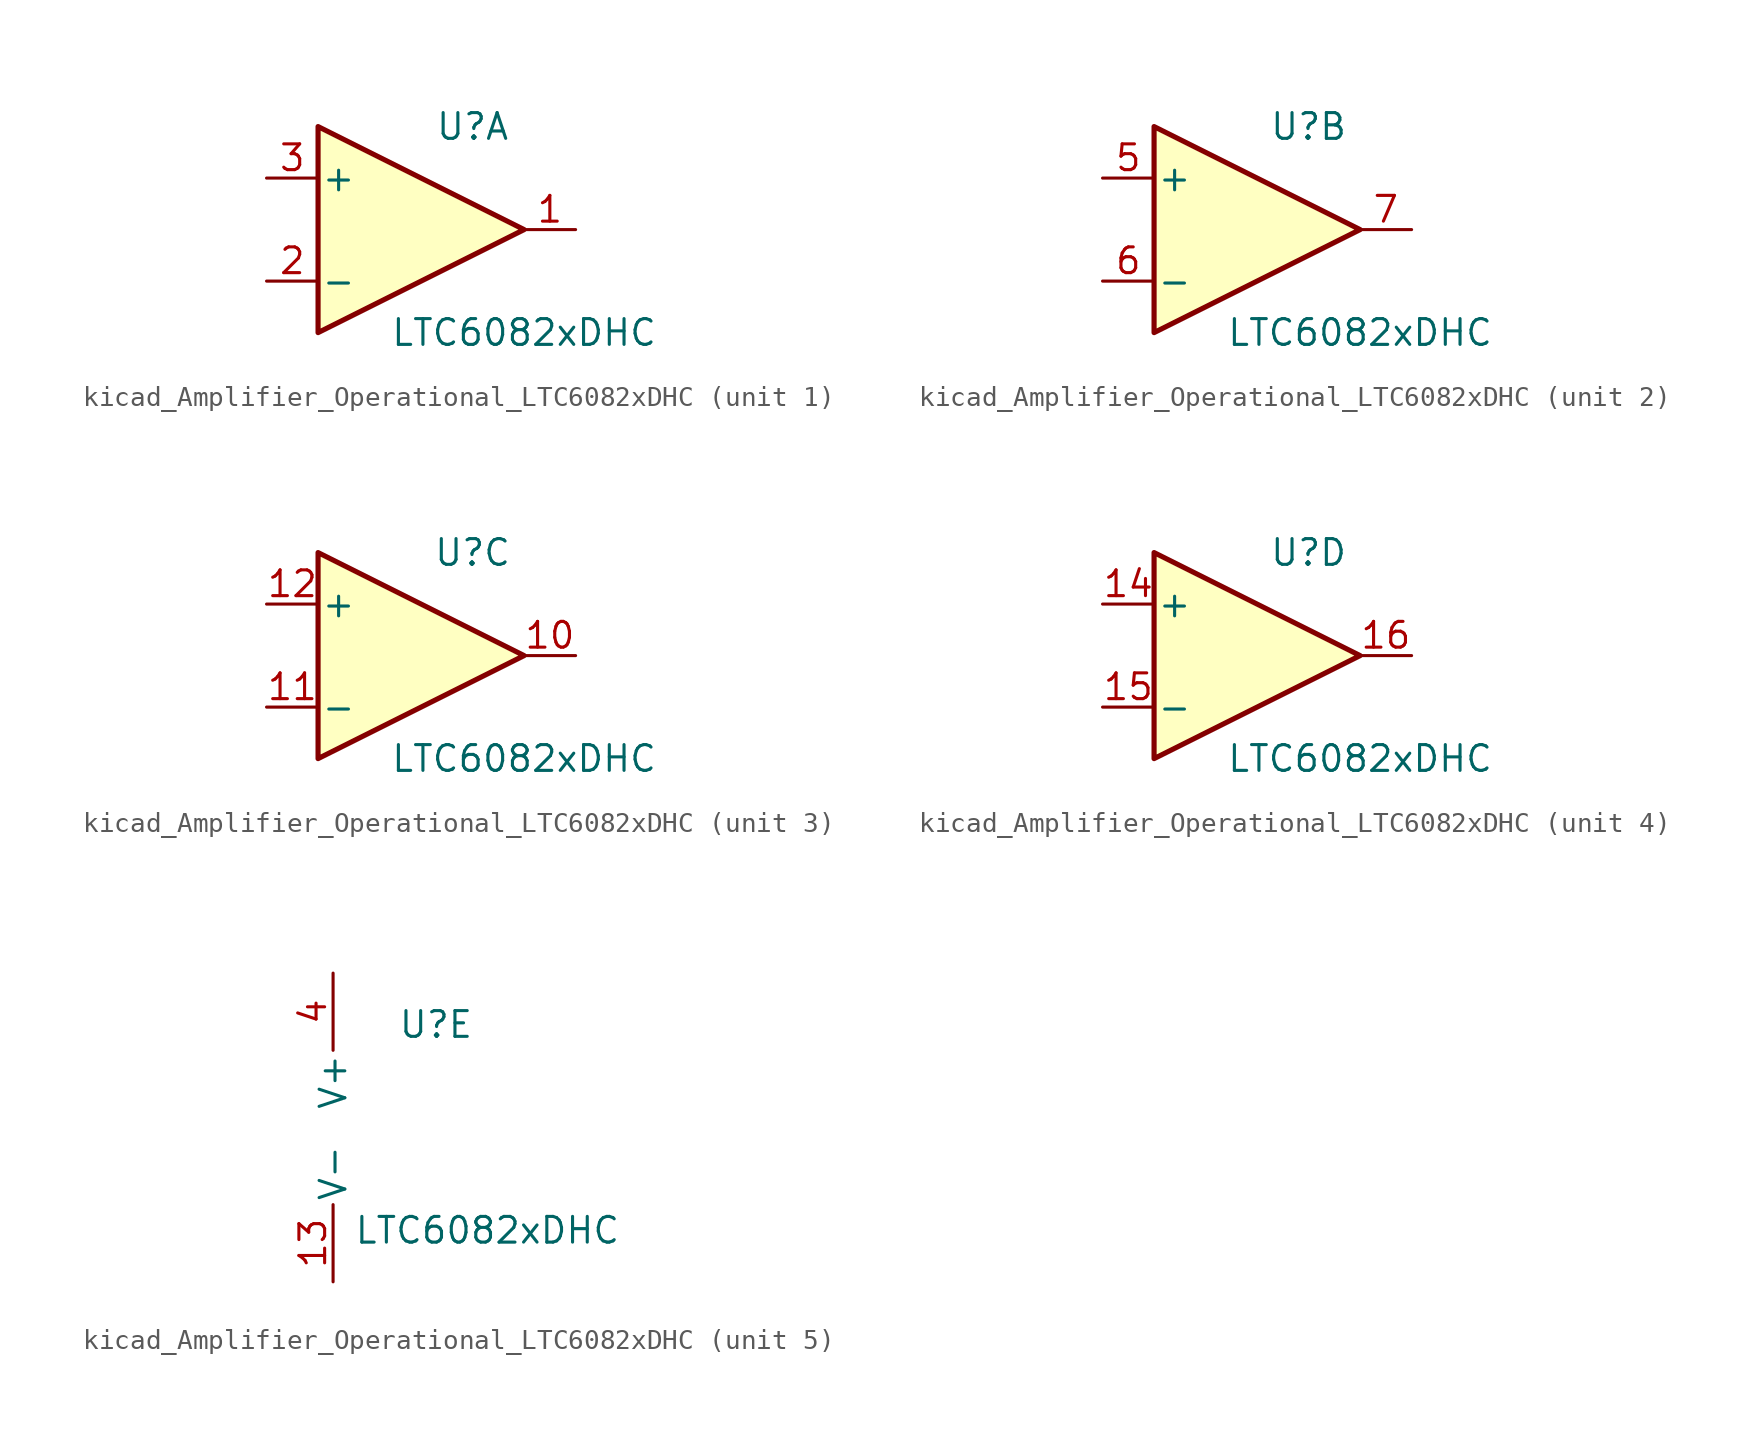
<source format=kicad_sym>
(kicad_symbol_lib
  (version 20220914)
  (generator kicad_symbol_editor)
  (symbol "kicad_Amplifier_Operational_LTC6082xDHC"
    (pin_names
      (offset 0.127))
    (property "Reference" "U"
      (at 2.54 5.08 0)
      (effects (font (size 1.27 1.27))))
    (property "Value" "LTC6082xDHC"
      (at 5.08 -5.08 0)
      (effects (font (size 1.27 1.27))))
    (property "ki_locked" ""
      (at 0 0 0)
      (effects (font (size 1.27 1.27))))
    (symbol "kicad_Amplifier_Operational_LTC6082xDHC_1_1"
      (polyline (pts (xy -5.08 5.08) (xy 5.08 0) (xy -5.08 -5.08) (xy -5.08 5.08)) (stroke (width 0.254) (type default)) (fill (type background)))
      (pin output line (at 7.62 0 180) (length 2.54) (name "~" (effects (font (size 1.27 1.27)))) (number "1" (effects (font (size 1.27 1.27)))))
      (pin input line (at -7.62 -2.54 0) (length 2.54) (name "-" (effects (font (size 1.27 1.27)))) (number "2" (effects (font (size 1.27 1.27)))))
      (pin input line (at -7.62 2.54 0) (length 2.54) (name "+" (effects (font (size 1.27 1.27)))) (number "3" (effects (font (size 1.27 1.27)))))
      (pin no_connect line (at -2.54 -2.54 90) (length 2.54) hide (name "NC" (effects (font (size 1.27 1.27)))) (number "8" (effects (font (size 1.27 1.27)))))
      (pin no_connect line (at 0 -2.54 90) (length 2.54) hide (name "NC" (effects (font (size 1.27 1.27)))) (number "9" (effects (font (size 1.27 1.27))))))
    (symbol "kicad_Amplifier_Operational_LTC6082xDHC_2_1"
      (polyline (pts (xy -5.08 5.08) (xy 5.08 0) (xy -5.08 -5.08) (xy -5.08 5.08)) (stroke (width 0.254) (type default)) (fill (type background)))
      (pin input line (at -7.62 2.54 0) (length 2.54) (name "+" (effects (font (size 1.27 1.27)))) (number "5" (effects (font (size 1.27 1.27)))))
      (pin input line (at -7.62 -2.54 0) (length 2.54) (name "-" (effects (font (size 1.27 1.27)))) (number "6" (effects (font (size 1.27 1.27)))))
      (pin output line (at 7.62 0 180) (length 2.54) (name "~" (effects (font (size 1.27 1.27)))) (number "7" (effects (font (size 1.27 1.27))))))
    (symbol "kicad_Amplifier_Operational_LTC6082xDHC_3_1"
      (polyline (pts (xy -5.08 5.08) (xy 5.08 0) (xy -5.08 -5.08) (xy -5.08 5.08)) (stroke (width 0.254) (type default)) (fill (type background)))
      (pin output line (at 7.62 0 180) (length 2.54) (name "~" (effects (font (size 1.27 1.27)))) (number "10" (effects (font (size 1.27 1.27)))))
      (pin input line (at -7.62 -2.54 0) (length 2.54) (name "-" (effects (font (size 1.27 1.27)))) (number "11" (effects (font (size 1.27 1.27)))))
      (pin input line (at -7.62 2.54 0) (length 2.54) (name "+" (effects (font (size 1.27 1.27)))) (number "12" (effects (font (size 1.27 1.27))))))
    (symbol "kicad_Amplifier_Operational_LTC6082xDHC_4_1"
      (polyline (pts (xy -5.08 5.08) (xy 5.08 0) (xy -5.08 -5.08) (xy -5.08 5.08)) (stroke (width 0.254) (type default)) (fill (type background)))
      (pin input line (at -7.62 2.54 0) (length 2.54) (name "+" (effects (font (size 1.27 1.27)))) (number "14" (effects (font (size 1.27 1.27)))))
      (pin input line (at -7.62 -2.54 0) (length 2.54) (name "-" (effects (font (size 1.27 1.27)))) (number "15" (effects (font (size 1.27 1.27)))))
      (pin output line (at 7.62 0 180) (length 2.54) (name "~" (effects (font (size 1.27 1.27)))) (number "16" (effects (font (size 1.27 1.27))))))
    (symbol "kicad_Amplifier_Operational_LTC6082xDHC_5_1"
      (pin power_in line (at -2.54 -7.62 90) (length 3.81) (name "V-" (effects (font (size 1.27 1.27)))) (number "13" (effects (font (size 1.27 1.27)))))
      (pin passive line (at -2.54 -7.62 90) (length 3.81) hide (name "V-" (effects (font (size 1.27 1.27)))) (number "17" (effects (font (size 1.27 1.27)))))
      (pin power_in line (at -2.54 7.62 270) (length 3.81) (name "V+" (effects (font (size 1.27 1.27)))) (number "4" (effects (font (size 1.27 1.27))))))))
</source>
